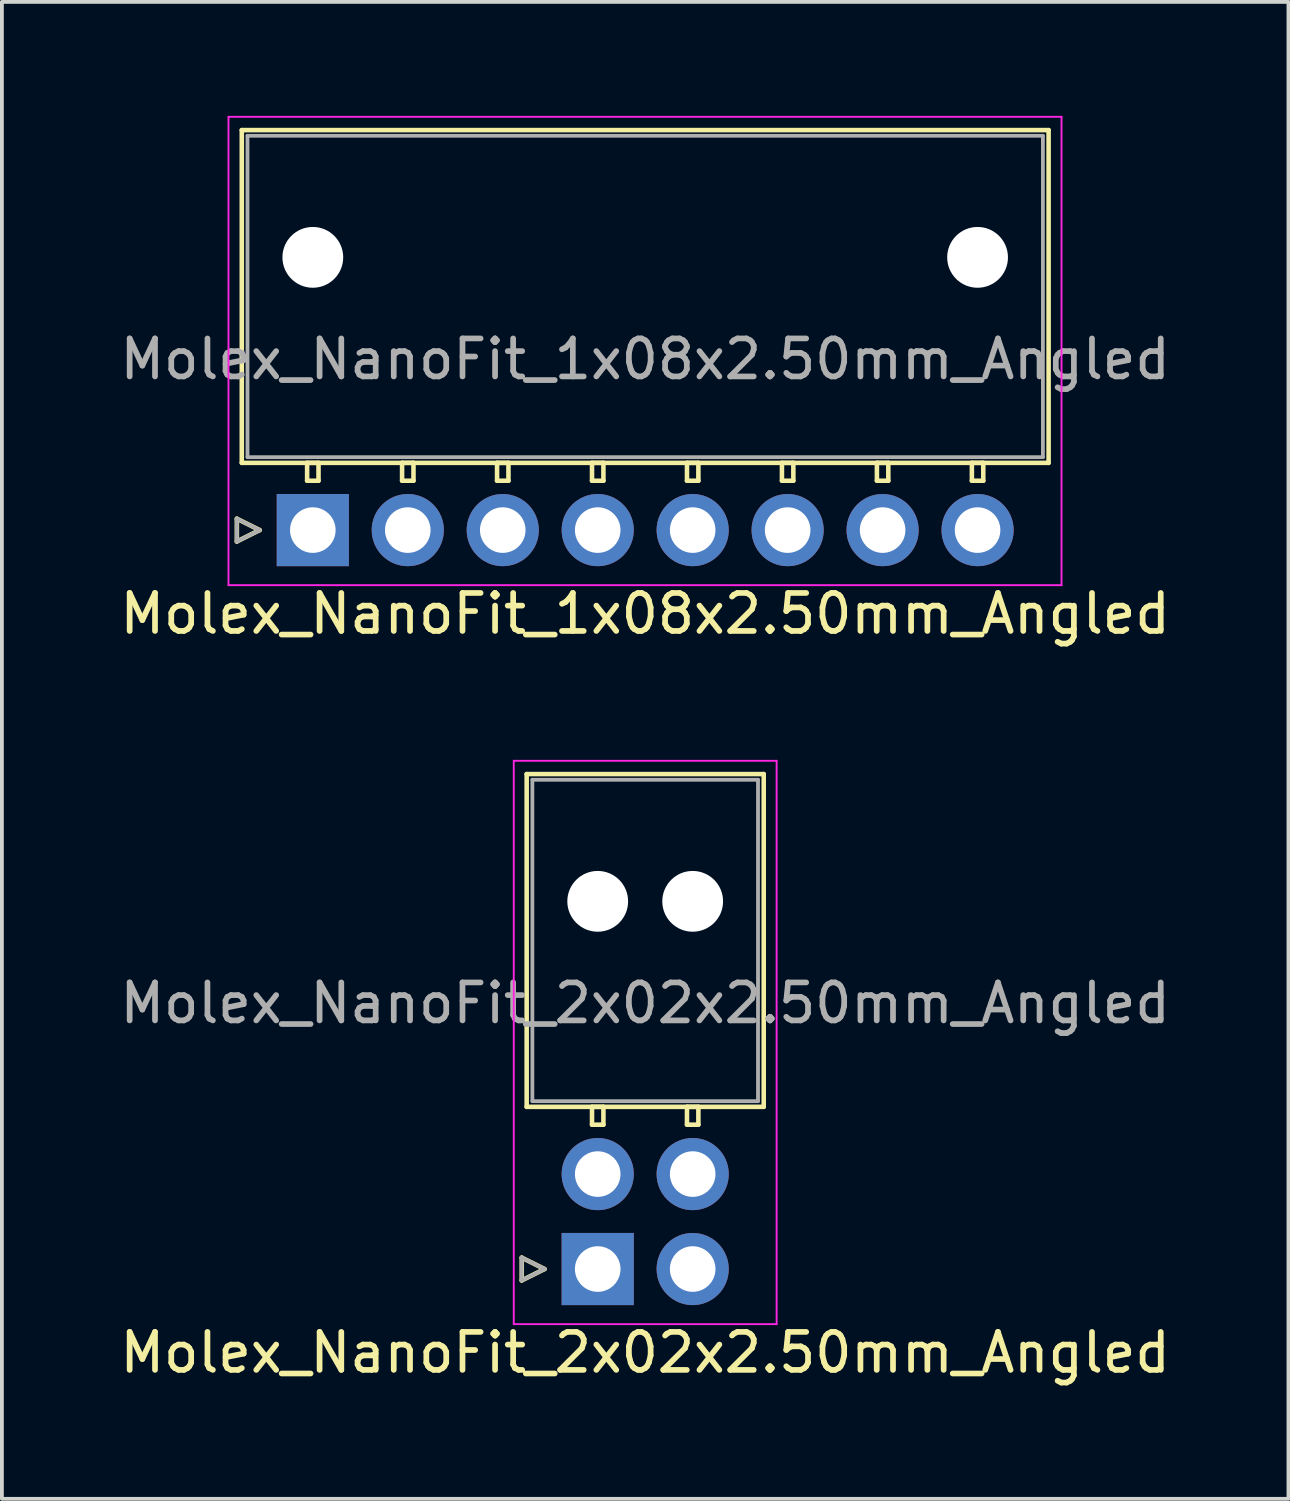
<source format=kicad_pcb>
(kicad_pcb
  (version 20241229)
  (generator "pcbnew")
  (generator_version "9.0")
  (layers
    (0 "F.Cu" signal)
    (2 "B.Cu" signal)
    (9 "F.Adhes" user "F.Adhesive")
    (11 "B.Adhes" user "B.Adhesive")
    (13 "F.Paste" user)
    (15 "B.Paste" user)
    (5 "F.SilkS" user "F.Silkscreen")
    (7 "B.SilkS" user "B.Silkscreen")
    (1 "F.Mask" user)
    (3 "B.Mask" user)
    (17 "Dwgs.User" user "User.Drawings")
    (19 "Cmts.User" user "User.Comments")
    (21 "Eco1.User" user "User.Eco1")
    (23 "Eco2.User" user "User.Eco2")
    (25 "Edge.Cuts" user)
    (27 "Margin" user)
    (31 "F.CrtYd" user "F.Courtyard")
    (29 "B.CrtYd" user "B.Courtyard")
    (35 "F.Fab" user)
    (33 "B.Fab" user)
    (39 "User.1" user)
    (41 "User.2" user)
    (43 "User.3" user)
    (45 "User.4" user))
  (footprint "Molex_NanoFit_1x08x2.50mm_Angled"
    (layer "F.Cu")
    (at 5.185 10.905)
    (property "Reference" "Molex_NanoFit_1x08x2.50mm_Angled" (at 8.75 2.2 0) (layer "F.SilkS") (effects (font (size 1 1) (thickness 0.15))))
    (attr through_hole)
    (fp_line (start -2 -0.3) (end -1.4 0) (stroke (width 0.12) (type solid)) (layer "F.SilkS"))
    (fp_line (start -2 0.3) (end -2 -0.3) (stroke (width 0.12) (type solid)) (layer "F.SilkS"))
    (fp_line (start -1.87 -10.53) (end -1.87 -1.77) (stroke (width 0.12) (type solid)) (layer "F.SilkS"))
    (fp_line (start -1.87 -1.77) (end 19.37 -1.77) (stroke (width 0.12) (type solid)) (layer "F.SilkS"))
    (fp_line (start -1.4 0) (end -2 0.3) (stroke (width 0.12) (type solid)) (layer "F.SilkS"))
    (fp_line (start -0.15 -1.77) (end -0.15 -1.3) (stroke (width 0.12) (type solid)) (layer "F.SilkS"))
    (fp_line (start -0.15 -1.3) (end 0.15 -1.3) (stroke (width 0.12) (type solid)) (layer "F.SilkS"))
    (fp_line (start 0.15 -1.77) (end -0.15 -1.77) (stroke (width 0.12) (type solid)) (layer "F.SilkS"))
    (fp_line (start 0.15 -1.3) (end 0.15 -1.77) (stroke (width 0.12) (type solid)) (layer "F.SilkS"))
    (fp_line (start 2.35 -1.77) (end 2.35 -1.3) (stroke (width 0.12) (type solid)) (layer "F.SilkS"))
    (fp_line (start 2.35 -1.3) (end 2.65 -1.3) (stroke (width 0.12) (type solid)) (layer "F.SilkS"))
    (fp_line (start 2.65 -1.77) (end 2.35 -1.77) (stroke (width 0.12) (type solid)) (layer "F.SilkS"))
    (fp_line (start 2.65 -1.3) (end 2.65 -1.77) (stroke (width 0.12) (type solid)) (layer "F.SilkS"))
    (fp_line (start 4.85 -1.77) (end 4.85 -1.3) (stroke (width 0.12) (type solid)) (layer "F.SilkS"))
    (fp_line (start 4.85 -1.3) (end 5.15 -1.3) (stroke (width 0.12) (type solid)) (layer "F.SilkS"))
    (fp_line (start 5.15 -1.77) (end 4.85 -1.77) (stroke (width 0.12) (type solid)) (layer "F.SilkS"))
    (fp_line (start 5.15 -1.3) (end 5.15 -1.77) (stroke (width 0.12) (type solid)) (layer "F.SilkS"))
    (fp_line (start 7.35 -1.77) (end 7.35 -1.3) (stroke (width 0.12) (type solid)) (layer "F.SilkS"))
    (fp_line (start 7.35 -1.3) (end 7.65 -1.3) (stroke (width 0.12) (type solid)) (layer "F.SilkS"))
    (fp_line (start 7.65 -1.77) (end 7.35 -1.77) (stroke (width 0.12) (type solid)) (layer "F.SilkS"))
    (fp_line (start 7.65 -1.3) (end 7.65 -1.77) (stroke (width 0.12) (type solid)) (layer "F.SilkS"))
    (fp_line (start 9.85 -1.77) (end 9.85 -1.3) (stroke (width 0.12) (type solid)) (layer "F.SilkS"))
    (fp_line (start 9.85 -1.3) (end 10.15 -1.3) (stroke (width 0.12) (type solid)) (layer "F.SilkS"))
    (fp_line (start 10.15 -1.77) (end 9.85 -1.77) (stroke (width 0.12) (type solid)) (layer "F.SilkS"))
    (fp_line (start 10.15 -1.3) (end 10.15 -1.77) (stroke (width 0.12) (type solid)) (layer "F.SilkS"))
    (fp_line (start 12.35 -1.77) (end 12.35 -1.3) (stroke (width 0.12) (type solid)) (layer "F.SilkS"))
    (fp_line (start 12.35 -1.3) (end 12.65 -1.3) (stroke (width 0.12) (type solid)) (layer "F.SilkS"))
    (fp_line (start 12.65 -1.77) (end 12.35 -1.77) (stroke (width 0.12) (type solid)) (layer "F.SilkS"))
    (fp_line (start 12.65 -1.3) (end 12.65 -1.77) (stroke (width 0.12) (type solid)) (layer "F.SilkS"))
    (fp_line (start 14.85 -1.77) (end 14.85 -1.3) (stroke (width 0.12) (type solid)) (layer "F.SilkS"))
    (fp_line (start 14.85 -1.3) (end 15.15 -1.3) (stroke (width 0.12) (type solid)) (layer "F.SilkS"))
    (fp_line (start 15.15 -1.77) (end 14.85 -1.77) (stroke (width 0.12) (type solid)) (layer "F.SilkS"))
    (fp_line (start 15.15 -1.3) (end 15.15 -1.77) (stroke (width 0.12) (type solid)) (layer "F.SilkS"))
    (fp_line (start 17.35 -1.77) (end 17.35 -1.3) (stroke (width 0.12) (type solid)) (layer "F.SilkS"))
    (fp_line (start 17.35 -1.3) (end 17.65 -1.3) (stroke (width 0.12) (type solid)) (layer "F.SilkS"))
    (fp_line (start 17.65 -1.77) (end 17.35 -1.77) (stroke (width 0.12) (type solid)) (layer "F.SilkS"))
    (fp_line (start 17.65 -1.3) (end 17.65 -1.77) (stroke (width 0.12) (type solid)) (layer "F.SilkS"))
    (fp_line (start 19.37 -10.53) (end -1.87 -10.53) (stroke (width 0.12) (type solid)) (layer "F.SilkS"))
    (fp_line (start 19.37 -1.77) (end 19.37 -10.53) (stroke (width 0.12) (type solid)) (layer "F.SilkS"))
    (fp_line (start -2.22 -10.88) (end -2.22 1.45) (stroke (width 0.05) (type solid)) (layer "F.CrtYd"))
    (fp_line (start -2.22 1.45) (end 19.71 1.45) (stroke (width 0.05) (type solid)) (layer "F.CrtYd"))
    (fp_line (start 19.71 -10.88) (end -2.22 -10.88) (stroke (width 0.05) (type solid)) (layer "F.CrtYd"))
    (fp_line (start 19.71 1.45) (end 19.71 -10.88) (stroke (width 0.05) (type solid)) (layer "F.CrtYd"))
    (fp_line (start -2 -0.3) (end -1.4 0) (stroke (width 0.1) (type solid)) (layer "F.Fab"))
    (fp_line (start -2 0.3) (end -2 -0.3) (stroke (width 0.1) (type solid)) (layer "F.Fab"))
    (fp_line (start -1.72 -10.38) (end -1.72 -1.92) (stroke (width 0.1) (type solid)) (layer "F.Fab"))
    (fp_line (start -1.72 -1.92) (end 19.22 -1.92) (stroke (width 0.1) (type solid)) (layer "F.Fab"))
    (fp_line (start -1.4 0) (end -2 0.3) (stroke (width 0.1) (type solid)) (layer "F.Fab"))
    (fp_line (start 19.22 -10.38) (end -1.72 -10.38) (stroke (width 0.1) (type solid)) (layer "F.Fab"))
    (fp_line (start 19.22 -1.92) (end 19.22 -10.38) (stroke (width 0.1) (type solid)) (layer "F.Fab"))
    (fp_text user "${REFERENCE}" (at 8.75 -4.5 0) (layer "F.Fab") (effects (font (size 1 1) (thickness 0.15))))
    (pad "" np_thru_hole circle (at 0 -7.18) (size 1.6 1.6) (drill 1.6) (layers "*.Cu" "*.Mask"))
    (pad "" np_thru_hole circle (at 17.5 -7.18) (size 1.6 1.6) (drill 1.6) (layers "*.Cu" "*.Mask"))
    (pad "1" thru_hole rect (at 0 0) (size 1.9 1.9) (drill 1.2) (layers "*.Cu" "*.Mask"))
    (pad "2" thru_hole circle (at 2.5 0) (size 1.9 1.9) (drill 1.2) (layers "*.Cu" "*.Mask"))
    (pad "3" thru_hole circle (at 5 0) (size 1.9 1.9) (drill 1.2) (layers "*.Cu" "*.Mask"))
    (pad "4" thru_hole circle (at 7.5 0) (size 1.9 1.9) (drill 1.2) (layers "*.Cu" "*.Mask"))
    (pad "5" thru_hole circle (at 10 0) (size 1.9 1.9) (drill 1.2) (layers "*.Cu" "*.Mask"))
    (pad "6" thru_hole circle (at 12.5 0) (size 1.9 1.9) (drill 1.2) (layers "*.Cu" "*.Mask"))
    (pad "7" thru_hole circle (at 15 0) (size 1.9 1.9) (drill 1.2) (layers "*.Cu" "*.Mask"))
    (pad "8" thru_hole circle (at 17.5 0) (size 1.9 1.9) (drill 1.2) (layers "*.Cu" "*.Mask")))
  (footprint "Molex_NanoFit_2x02x2.50mm_Angled"
    (layer "F.Cu")
    (at 12.685 30.358)
    (property "Reference" "Molex_NanoFit_2x02x2.50mm_Angled" (at 1.25 2.2 0) (layer "F.SilkS") (effects (font (size 1 1) (thickness 0.15))))
    (attr through_hole)
    (fp_line (start -2 -0.3) (end -1.4 0) (stroke (width 0.12) (type solid)) (layer "F.SilkS"))
    (fp_line (start -2 0.3) (end -2 -0.3) (stroke (width 0.12) (type solid)) (layer "F.SilkS"))
    (fp_line (start -1.87 -13.03) (end -1.87 -4.27) (stroke (width 0.12) (type solid)) (layer "F.SilkS"))
    (fp_line (start -1.87 -4.27) (end 4.37 -4.27) (stroke (width 0.12) (type solid)) (layer "F.SilkS"))
    (fp_line (start -1.4 0) (end -2 0.3) (stroke (width 0.12) (type solid)) (layer "F.SilkS"))
    (fp_line (start -0.15 -4.27) (end -0.15 -3.8) (stroke (width 0.12) (type solid)) (layer "F.SilkS"))
    (fp_line (start -0.15 -3.8) (end 0.15 -3.8) (stroke (width 0.12) (type solid)) (layer "F.SilkS"))
    (fp_line (start 0.15 -4.27) (end -0.15 -4.27) (stroke (width 0.12) (type solid)) (layer "F.SilkS"))
    (fp_line (start 0.15 -3.8) (end 0.15 -4.27) (stroke (width 0.12) (type solid)) (layer "F.SilkS"))
    (fp_line (start 2.35 -4.27) (end 2.35 -3.8) (stroke (width 0.12) (type solid)) (layer "F.SilkS"))
    (fp_line (start 2.35 -3.8) (end 2.65 -3.8) (stroke (width 0.12) (type solid)) (layer "F.SilkS"))
    (fp_line (start 2.65 -4.27) (end 2.35 -4.27) (stroke (width 0.12) (type solid)) (layer "F.SilkS"))
    (fp_line (start 2.65 -3.8) (end 2.65 -4.27) (stroke (width 0.12) (type solid)) (layer "F.SilkS"))
    (fp_line (start 4.37 -13.03) (end -1.87 -13.03) (stroke (width 0.12) (type solid)) (layer "F.SilkS"))
    (fp_line (start 4.37 -4.27) (end 4.37 -13.03) (stroke (width 0.12) (type solid)) (layer "F.SilkS"))
    (fp_line (start -2.21 -13.38) (end -2.21 1.45) (stroke (width 0.05) (type solid)) (layer "F.CrtYd"))
    (fp_line (start -2.21 1.45) (end 4.71 1.45) (stroke (width 0.05) (type solid)) (layer "F.CrtYd"))
    (fp_line (start 4.71 -13.38) (end -2.21 -13.38) (stroke (width 0.05) (type solid)) (layer "F.CrtYd"))
    (fp_line (start 4.71 1.45) (end 4.71 -13.38) (stroke (width 0.05) (type solid)) (layer "F.CrtYd"))
    (fp_line (start -2 -0.3) (end -1.4 0) (stroke (width 0.1) (type solid)) (layer "F.Fab"))
    (fp_line (start -2 0.3) (end -2 -0.3) (stroke (width 0.1) (type solid)) (layer "F.Fab"))
    (fp_line (start -1.72 -12.88) (end -1.72 -4.42) (stroke (width 0.1) (type solid)) (layer "F.Fab"))
    (fp_line (start -1.72 -4.42) (end 4.22 -4.42) (stroke (width 0.1) (type solid)) (layer "F.Fab"))
    (fp_line (start -1.4 0) (end -2 0.3) (stroke (width 0.1) (type solid)) (layer "F.Fab"))
    (fp_line (start 4.22 -12.88) (end -1.72 -12.88) (stroke (width 0.1) (type solid)) (layer "F.Fab"))
    (fp_line (start 4.22 -4.42) (end 4.22 -12.88) (stroke (width 0.1) (type solid)) (layer "F.Fab"))
    (fp_text user "${REFERENCE}" (at 1.25 -7 0) (layer "F.Fab") (effects (font (size 1 1) (thickness 0.15))))
    (pad "" np_thru_hole circle (at 0 -9.68) (size 1.6 1.6) (drill 1.6) (layers "*.Cu" "*.Mask"))
    (pad "" np_thru_hole circle (at 2.5 -9.68) (size 1.6 1.6) (drill 1.6) (layers "*.Cu" "*.Mask"))
    (pad "1" thru_hole rect (at 0 0) (size 1.9 1.9) (drill 1.2) (layers "*.Cu" "*.Mask"))
    (pad "2" thru_hole circle (at 2.5 0) (size 1.9 1.9) (drill 1.2) (layers "*.Cu" "*.Mask"))
    (pad "3" thru_hole circle (at 0 -2.5) (size 1.9 1.9) (drill 1.2) (layers "*.Cu" "*.Mask"))
    (pad "4" thru_hole circle (at 2.5 -2.5) (size 1.9 1.9) (drill 1.2) (layers "*.Cu" "*.Mask")))
  (gr_rect
    (start -3 -3)
    (end 30.869 36.407)
    (stroke (width 0.1) (type default))
    (fill no)
    (layer "Edge.Cuts")))
</source>
